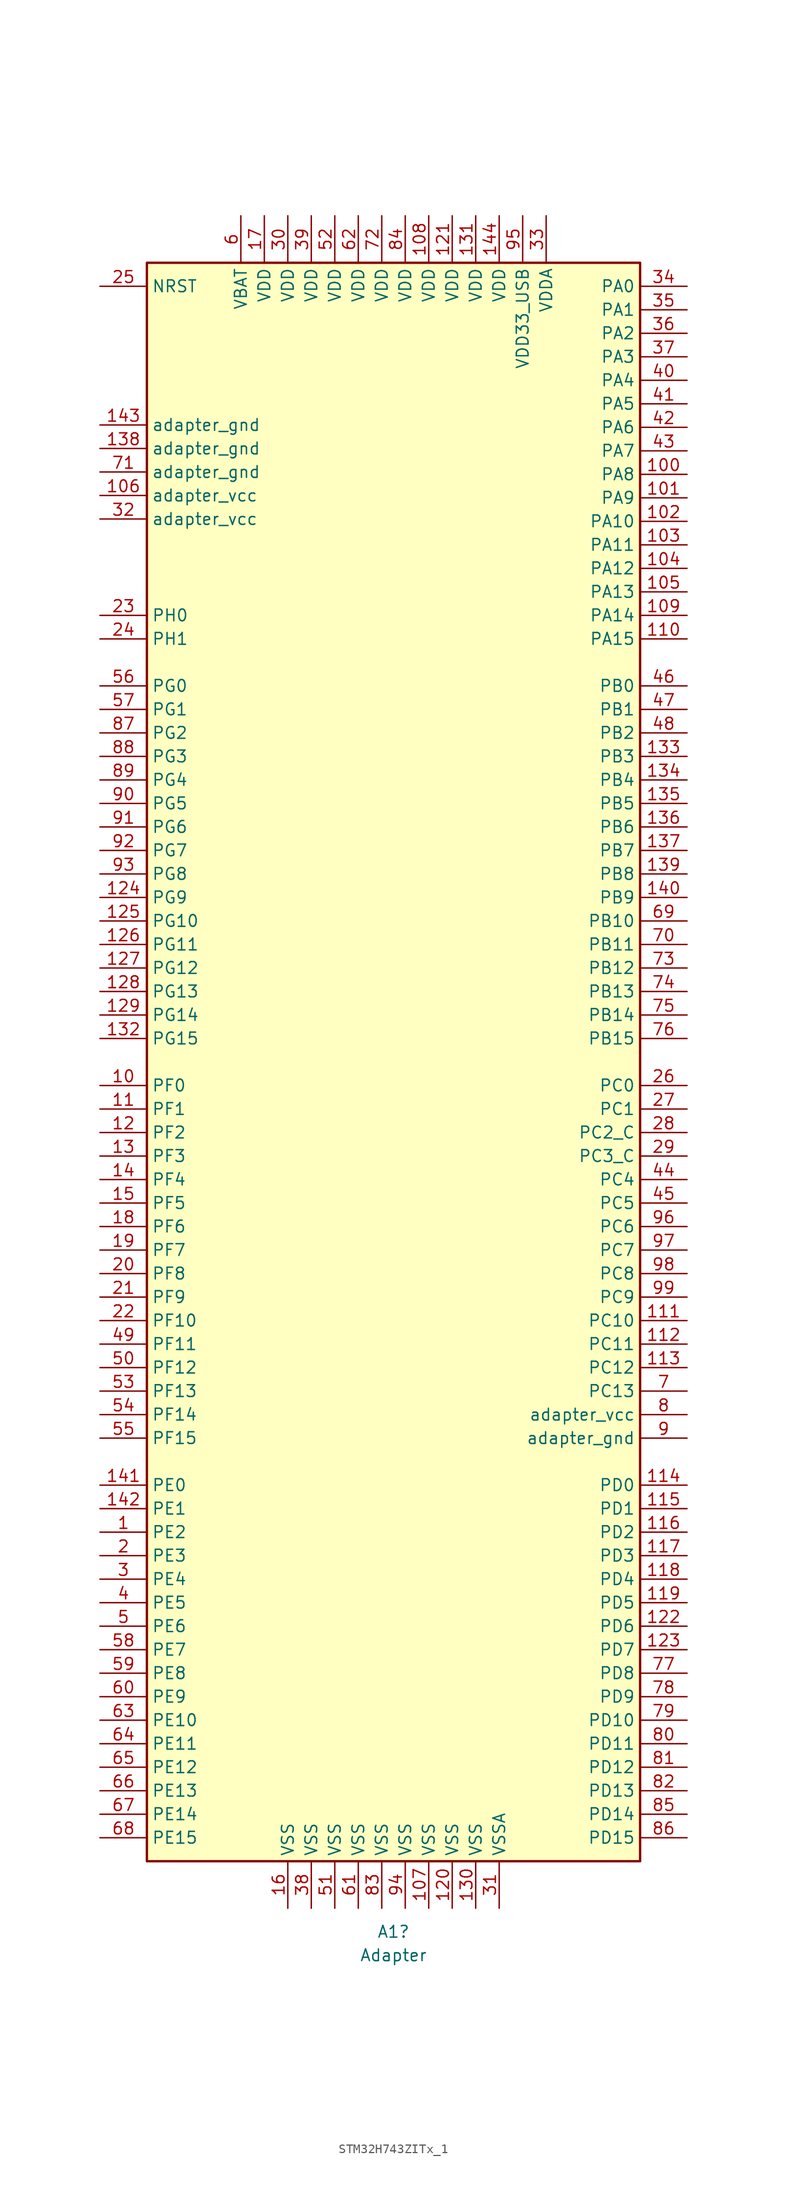
<source format=kicad_sym>
(kicad_symbol_lib
  (version 20201005)
  (generator kicad_symbol_editor)
  (symbol "MCU_ST_STM32H7:STM32H743ZITx_1"
    (property "Reference" "A1"
      (at -1.27 -93.98 0)
      (effects (font (size 1.27 1.27))))
    (property "Value" "Adapter"
      (at -1.27 -96.52 0)
      (effects (font (size 1.27 1.27))))
    (symbol "STM32H743ZITx_1_0_1"
      (rectangle (start -27.94 -86.36) (end 25.4 86.36) (stroke (width 0.254)) (fill (type background))))
    (symbol "STM32H743ZITx_1_1_1"
      (pin bidirectional line (at -33.02 -50.8 0) (length 5.08) (name "PE2" (effects (font (size 1.27 1.27)))) (number "1" (effects (font (size 1.27 1.27)))))
      (pin bidirectional line (at -33.02 -2.54 0) (length 5.08) (name "PF0" (effects (font (size 1.27 1.27)))) (number "10" (effects (font (size 1.27 1.27)))))
      (pin bidirectional line (at 30.48 63.5 180) (length 5.08) (name "PA8" (effects (font (size 1.27 1.27)))) (number "100" (effects (font (size 1.27 1.27)))))
      (pin bidirectional line (at 30.48 60.96 180) (length 5.08) (name "PA9" (effects (font (size 1.27 1.27)))) (number "101" (effects (font (size 1.27 1.27)))))
      (pin bidirectional line (at 30.48 58.42 180) (length 5.08) (name "PA10" (effects (font (size 1.27 1.27)))) (number "102" (effects (font (size 1.27 1.27)))))
      (pin bidirectional line (at 30.48 55.88 180) (length 5.08) (name "PA11" (effects (font (size 1.27 1.27)))) (number "103" (effects (font (size 1.27 1.27)))))
      (pin bidirectional line (at 30.48 53.34 180) (length 5.08) (name "PA12" (effects (font (size 1.27 1.27)))) (number "104" (effects (font (size 1.27 1.27)))))
      (pin bidirectional line (at 30.48 50.8 180) (length 5.08) (name "PA13" (effects (font (size 1.27 1.27)))) (number "105" (effects (font (size 1.27 1.27)))))
      (pin power_in line (at -33.02 61.214 0) (length 5.08) (name "adapter_vcc" (effects (font (size 1.27 1.27)))) (number "106" (effects (font (size 1.27 1.27)))))
      (pin power_in line (at 2.54 -91.44 90) (length 5.08) (name "VSS" (effects (font (size 1.27 1.27)))) (number "107" (effects (font (size 1.27 1.27)))))
      (pin power_in line (at 2.54 91.44 270) (length 5.08) (name "VDD" (effects (font (size 1.27 1.27)))) (number "108" (effects (font (size 1.27 1.27)))))
      (pin bidirectional line (at 30.48 48.26 180) (length 5.08) (name "PA14" (effects (font (size 1.27 1.27)))) (number "109" (effects (font (size 1.27 1.27)))))
      (pin bidirectional line (at -33.02 -5.08 0) (length 5.08) (name "PF1" (effects (font (size 1.27 1.27)))) (number "11" (effects (font (size 1.27 1.27)))))
      (pin bidirectional line (at 30.48 45.72 180) (length 5.08) (name "PA15" (effects (font (size 1.27 1.27)))) (number "110" (effects (font (size 1.27 1.27)))))
      (pin bidirectional line (at 30.48 -27.94 180) (length 5.08) (name "PC10" (effects (font (size 1.27 1.27)))) (number "111" (effects (font (size 1.27 1.27)))))
      (pin bidirectional line (at 30.48 -30.48 180) (length 5.08) (name "PC11" (effects (font (size 1.27 1.27)))) (number "112" (effects (font (size 1.27 1.27)))))
      (pin bidirectional line (at 30.48 -33.02 180) (length 5.08) (name "PC12" (effects (font (size 1.27 1.27)))) (number "113" (effects (font (size 1.27 1.27)))))
      (pin bidirectional line (at 30.48 -45.72 180) (length 5.08) (name "PD0" (effects (font (size 1.27 1.27)))) (number "114" (effects (font (size 1.27 1.27)))))
      (pin bidirectional line (at 30.48 -48.26 180) (length 5.08) (name "PD1" (effects (font (size 1.27 1.27)))) (number "115" (effects (font (size 1.27 1.27)))))
      (pin bidirectional line (at 30.48 -50.8 180) (length 5.08) (name "PD2" (effects (font (size 1.27 1.27)))) (number "116" (effects (font (size 1.27 1.27)))))
      (pin bidirectional line (at 30.48 -53.34 180) (length 5.08) (name "PD3" (effects (font (size 1.27 1.27)))) (number "117" (effects (font (size 1.27 1.27)))))
      (pin bidirectional line (at 30.48 -55.88 180) (length 5.08) (name "PD4" (effects (font (size 1.27 1.27)))) (number "118" (effects (font (size 1.27 1.27)))))
      (pin bidirectional line (at 30.48 -58.42 180) (length 5.08) (name "PD5" (effects (font (size 1.27 1.27)))) (number "119" (effects (font (size 1.27 1.27)))))
      (pin bidirectional line (at -33.02 -7.62 0) (length 5.08) (name "PF2" (effects (font (size 1.27 1.27)))) (number "12" (effects (font (size 1.27 1.27)))))
      (pin power_in line (at 5.08 -91.44 90) (length 5.08) (name "VSS" (effects (font (size 1.27 1.27)))) (number "120" (effects (font (size 1.27 1.27)))))
      (pin power_in line (at 5.08 91.44 270) (length 5.08) (name "VDD" (effects (font (size 1.27 1.27)))) (number "121" (effects (font (size 1.27 1.27)))))
      (pin bidirectional line (at 30.48 -60.96 180) (length 5.08) (name "PD6" (effects (font (size 1.27 1.27)))) (number "122" (effects (font (size 1.27 1.27)))))
      (pin bidirectional line (at 30.48 -63.5 180) (length 5.08) (name "PD7" (effects (font (size 1.27 1.27)))) (number "123" (effects (font (size 1.27 1.27)))))
      (pin bidirectional line (at -33.02 17.78 0) (length 5.08) (name "PG9" (effects (font (size 1.27 1.27)))) (number "124" (effects (font (size 1.27 1.27)))))
      (pin bidirectional line (at -33.02 15.24 0) (length 5.08) (name "PG10" (effects (font (size 1.27 1.27)))) (number "125" (effects (font (size 1.27 1.27)))))
      (pin bidirectional line (at -33.02 12.7 0) (length 5.08) (name "PG11" (effects (font (size 1.27 1.27)))) (number "126" (effects (font (size 1.27 1.27)))))
      (pin bidirectional line (at -33.02 10.16 0) (length 5.08) (name "PG12" (effects (font (size 1.27 1.27)))) (number "127" (effects (font (size 1.27 1.27)))))
      (pin bidirectional line (at -33.02 7.62 0) (length 5.08) (name "PG13" (effects (font (size 1.27 1.27)))) (number "128" (effects (font (size 1.27 1.27)))))
      (pin bidirectional line (at -33.02 5.08 0) (length 5.08) (name "PG14" (effects (font (size 1.27 1.27)))) (number "129" (effects (font (size 1.27 1.27)))))
      (pin bidirectional line (at -33.02 -10.16 0) (length 5.08) (name "PF3" (effects (font (size 1.27 1.27)))) (number "13" (effects (font (size 1.27 1.27)))))
      (pin power_in line (at 7.62 -91.44 90) (length 5.08) (name "VSS" (effects (font (size 1.27 1.27)))) (number "130" (effects (font (size 1.27 1.27)))))
      (pin power_in line (at 7.62 91.44 270) (length 5.08) (name "VDD" (effects (font (size 1.27 1.27)))) (number "131" (effects (font (size 1.27 1.27)))))
      (pin bidirectional line (at -33.02 2.54 0) (length 5.08) (name "PG15" (effects (font (size 1.27 1.27)))) (number "132" (effects (font (size 1.27 1.27)))))
      (pin bidirectional line (at 30.48 33.02 180) (length 5.08) (name "PB3" (effects (font (size 1.27 1.27)))) (number "133" (effects (font (size 1.27 1.27)))))
      (pin bidirectional line (at 30.48 30.48 180) (length 5.08) (name "PB4" (effects (font (size 1.27 1.27)))) (number "134" (effects (font (size 1.27 1.27)))))
      (pin bidirectional line (at 30.48 27.94 180) (length 5.08) (name "PB5" (effects (font (size 1.27 1.27)))) (number "135" (effects (font (size 1.27 1.27)))))
      (pin bidirectional line (at 30.48 25.4 180) (length 5.08) (name "PB6" (effects (font (size 1.27 1.27)))) (number "136" (effects (font (size 1.27 1.27)))))
      (pin bidirectional line (at 30.48 22.86 180) (length 5.08) (name "PB7" (effects (font (size 1.27 1.27)))) (number "137" (effects (font (size 1.27 1.27)))))
      (pin power_in line (at -33.02 66.294 0) (length 5.08) (name "adapter_gnd" (effects (font (size 1.27 1.27)))) (number "138" (effects (font (size 1.27 1.27)))))
      (pin bidirectional line (at 30.48 20.32 180) (length 5.08) (name "PB8" (effects (font (size 1.27 1.27)))) (number "139" (effects (font (size 1.27 1.27)))))
      (pin bidirectional line (at -33.02 -12.7 0) (length 5.08) (name "PF4" (effects (font (size 1.27 1.27)))) (number "14" (effects (font (size 1.27 1.27)))))
      (pin bidirectional line (at 30.48 17.78 180) (length 5.08) (name "PB9" (effects (font (size 1.27 1.27)))) (number "140" (effects (font (size 1.27 1.27)))))
      (pin bidirectional line (at -33.02 -45.72 0) (length 5.08) (name "PE0" (effects (font (size 1.27 1.27)))) (number "141" (effects (font (size 1.27 1.27)))))
      (pin bidirectional line (at -33.02 -48.26 0) (length 5.08) (name "PE1" (effects (font (size 1.27 1.27)))) (number "142" (effects (font (size 1.27 1.27)))))
      (pin power_in line (at -33.02 68.834 0) (length 5.08) (name "adapter_gnd" (effects (font (size 1.27 1.27)))) (number "143" (effects (font (size 1.27 1.27)))))
      (pin power_in line (at 10.16 91.44 270) (length 5.08) (name "VDD" (effects (font (size 1.27 1.27)))) (number "144" (effects (font (size 1.27 1.27)))))
      (pin bidirectional line (at -33.02 -15.24 0) (length 5.08) (name "PF5" (effects (font (size 1.27 1.27)))) (number "15" (effects (font (size 1.27 1.27)))))
      (pin power_in line (at -12.7 -91.44 90) (length 5.08) (name "VSS" (effects (font (size 1.27 1.27)))) (number "16" (effects (font (size 1.27 1.27)))))
      (pin power_in line (at -15.24 91.44 270) (length 5.08) (name "VDD" (effects (font (size 1.27 1.27)))) (number "17" (effects (font (size 1.27 1.27)))))
      (pin bidirectional line (at -33.02 -17.78 0) (length 5.08) (name "PF6" (effects (font (size 1.27 1.27)))) (number "18" (effects (font (size 1.27 1.27)))))
      (pin bidirectional line (at -33.02 -20.32 0) (length 5.08) (name "PF7" (effects (font (size 1.27 1.27)))) (number "19" (effects (font (size 1.27 1.27)))))
      (pin bidirectional line (at -33.02 -53.34 0) (length 5.08) (name "PE3" (effects (font (size 1.27 1.27)))) (number "2" (effects (font (size 1.27 1.27)))))
      (pin bidirectional line (at -33.02 -22.86 0) (length 5.08) (name "PF8" (effects (font (size 1.27 1.27)))) (number "20" (effects (font (size 1.27 1.27)))))
      (pin bidirectional line (at -33.02 -25.4 0) (length 5.08) (name "PF9" (effects (font (size 1.27 1.27)))) (number "21" (effects (font (size 1.27 1.27)))))
      (pin bidirectional line (at -33.02 -27.94 0) (length 5.08) (name "PF10" (effects (font (size 1.27 1.27)))) (number "22" (effects (font (size 1.27 1.27)))))
      (pin input line (at -33.02 48.26 0) (length 5.08) (name "PH0" (effects (font (size 1.27 1.27)))) (number "23" (effects (font (size 1.27 1.27)))))
      (pin input line (at -33.02 45.72 0) (length 5.08) (name "PH1" (effects (font (size 1.27 1.27)))) (number "24" (effects (font (size 1.27 1.27)))))
      (pin input line (at -33.02 83.82 0) (length 5.08) (name "NRST" (effects (font (size 1.27 1.27)))) (number "25" (effects (font (size 1.27 1.27)))))
      (pin bidirectional line (at 30.48 -2.54 180) (length 5.08) (name "PC0" (effects (font (size 1.27 1.27)))) (number "26" (effects (font (size 1.27 1.27)))))
      (pin bidirectional line (at 30.48 -5.08 180) (length 5.08) (name "PC1" (effects (font (size 1.27 1.27)))) (number "27" (effects (font (size 1.27 1.27)))))
      (pin bidirectional line (at 30.48 -7.62 180) (length 5.08) (name "PC2_C" (effects (font (size 1.27 1.27)))) (number "28" (effects (font (size 1.27 1.27)))))
      (pin bidirectional line (at 30.48 -10.16 180) (length 5.08) (name "PC3_C" (effects (font (size 1.27 1.27)))) (number "29" (effects (font (size 1.27 1.27)))))
      (pin bidirectional line (at -33.02 -55.88 0) (length 5.08) (name "PE4" (effects (font (size 1.27 1.27)))) (number "3" (effects (font (size 1.27 1.27)))))
      (pin power_in line (at -12.7 91.44 270) (length 5.08) (name "VDD" (effects (font (size 1.27 1.27)))) (number "30" (effects (font (size 1.27 1.27)))))
      (pin power_in line (at 10.16 -91.44 90) (length 5.08) (name "VSSA" (effects (font (size 1.27 1.27)))) (number "31" (effects (font (size 1.27 1.27)))))
      (pin power_in line (at -33.02 58.674 0) (length 5.08) (name "adapter_vcc" (effects (font (size 1.27 1.27)))) (number "32" (effects (font (size 1.27 1.27)))))
      (pin power_in line (at 15.24 91.44 270) (length 5.08) (name "VDDA" (effects (font (size 1.27 1.27)))) (number "33" (effects (font (size 1.27 1.27)))))
      (pin bidirectional line (at 30.48 83.82 180) (length 5.08) (name "PA0" (effects (font (size 1.27 1.27)))) (number "34" (effects (font (size 1.27 1.27)))))
      (pin bidirectional line (at 30.48 81.28 180) (length 5.08) (name "PA1" (effects (font (size 1.27 1.27)))) (number "35" (effects (font (size 1.27 1.27)))))
      (pin bidirectional line (at 30.48 78.74 180) (length 5.08) (name "PA2" (effects (font (size 1.27 1.27)))) (number "36" (effects (font (size 1.27 1.27)))))
      (pin bidirectional line (at 30.48 76.2 180) (length 5.08) (name "PA3" (effects (font (size 1.27 1.27)))) (number "37" (effects (font (size 1.27 1.27)))))
      (pin power_in line (at -10.16 -91.44 90) (length 5.08) (name "VSS" (effects (font (size 1.27 1.27)))) (number "38" (effects (font (size 1.27 1.27)))))
      (pin power_in line (at -10.16 91.44 270) (length 5.08) (name "VDD" (effects (font (size 1.27 1.27)))) (number "39" (effects (font (size 1.27 1.27)))))
      (pin bidirectional line (at -33.02 -58.42 0) (length 5.08) (name "PE5" (effects (font (size 1.27 1.27)))) (number "4" (effects (font (size 1.27 1.27)))))
      (pin bidirectional line (at 30.48 73.66 180) (length 5.08) (name "PA4" (effects (font (size 1.27 1.27)))) (number "40" (effects (font (size 1.27 1.27)))))
      (pin bidirectional line (at 30.48 71.12 180) (length 5.08) (name "PA5" (effects (font (size 1.27 1.27)))) (number "41" (effects (font (size 1.27 1.27)))))
      (pin bidirectional line (at 30.48 68.58 180) (length 5.08) (name "PA6" (effects (font (size 1.27 1.27)))) (number "42" (effects (font (size 1.27 1.27)))))
      (pin bidirectional line (at 30.48 66.04 180) (length 5.08) (name "PA7" (effects (font (size 1.27 1.27)))) (number "43" (effects (font (size 1.27 1.27)))))
      (pin bidirectional line (at 30.48 -12.7 180) (length 5.08) (name "PC4" (effects (font (size 1.27 1.27)))) (number "44" (effects (font (size 1.27 1.27)))))
      (pin bidirectional line (at 30.48 -15.24 180) (length 5.08) (name "PC5" (effects (font (size 1.27 1.27)))) (number "45" (effects (font (size 1.27 1.27)))))
      (pin bidirectional line (at 30.48 40.64 180) (length 5.08) (name "PB0" (effects (font (size 1.27 1.27)))) (number "46" (effects (font (size 1.27 1.27)))))
      (pin bidirectional line (at 30.48 38.1 180) (length 5.08) (name "PB1" (effects (font (size 1.27 1.27)))) (number "47" (effects (font (size 1.27 1.27)))))
      (pin bidirectional line (at 30.48 35.56 180) (length 5.08) (name "PB2" (effects (font (size 1.27 1.27)))) (number "48" (effects (font (size 1.27 1.27)))))
      (pin bidirectional line (at -33.02 -30.48 0) (length 5.08) (name "PF11" (effects (font (size 1.27 1.27)))) (number "49" (effects (font (size 1.27 1.27)))))
      (pin bidirectional line (at -33.02 -60.96 0) (length 5.08) (name "PE6" (effects (font (size 1.27 1.27)))) (number "5" (effects (font (size 1.27 1.27)))))
      (pin bidirectional line (at -33.02 -33.02 0) (length 5.08) (name "PF12" (effects (font (size 1.27 1.27)))) (number "50" (effects (font (size 1.27 1.27)))))
      (pin power_in line (at -7.62 -91.44 90) (length 5.08) (name "VSS" (effects (font (size 1.27 1.27)))) (number "51" (effects (font (size 1.27 1.27)))))
      (pin power_in line (at -7.62 91.44 270) (length 5.08) (name "VDD" (effects (font (size 1.27 1.27)))) (number "52" (effects (font (size 1.27 1.27)))))
      (pin bidirectional line (at -33.02 -35.56 0) (length 5.08) (name "PF13" (effects (font (size 1.27 1.27)))) (number "53" (effects (font (size 1.27 1.27)))))
      (pin bidirectional line (at -33.02 -38.1 0) (length 5.08) (name "PF14" (effects (font (size 1.27 1.27)))) (number "54" (effects (font (size 1.27 1.27)))))
      (pin bidirectional line (at -33.02 -40.64 0) (length 5.08) (name "PF15" (effects (font (size 1.27 1.27)))) (number "55" (effects (font (size 1.27 1.27)))))
      (pin bidirectional line (at -33.02 40.64 0) (length 5.08) (name "PG0" (effects (font (size 1.27 1.27)))) (number "56" (effects (font (size 1.27 1.27)))))
      (pin bidirectional line (at -33.02 38.1 0) (length 5.08) (name "PG1" (effects (font (size 1.27 1.27)))) (number "57" (effects (font (size 1.27 1.27)))))
      (pin bidirectional line (at -33.02 -63.5 0) (length 5.08) (name "PE7" (effects (font (size 1.27 1.27)))) (number "58" (effects (font (size 1.27 1.27)))))
      (pin bidirectional line (at -33.02 -66.04 0) (length 5.08) (name "PE8" (effects (font (size 1.27 1.27)))) (number "59" (effects (font (size 1.27 1.27)))))
      (pin power_in line (at -17.78 91.44 270) (length 5.08) (name "VBAT" (effects (font (size 1.27 1.27)))) (number "6" (effects (font (size 1.27 1.27)))))
      (pin bidirectional line (at -33.02 -68.58 0) (length 5.08) (name "PE9" (effects (font (size 1.27 1.27)))) (number "60" (effects (font (size 1.27 1.27)))))
      (pin power_in line (at -5.08 -91.44 90) (length 5.08) (name "VSS" (effects (font (size 1.27 1.27)))) (number "61" (effects (font (size 1.27 1.27)))))
      (pin power_in line (at -5.08 91.44 270) (length 5.08) (name "VDD" (effects (font (size 1.27 1.27)))) (number "62" (effects (font (size 1.27 1.27)))))
      (pin bidirectional line (at -33.02 -71.12 0) (length 5.08) (name "PE10" (effects (font (size 1.27 1.27)))) (number "63" (effects (font (size 1.27 1.27)))))
      (pin bidirectional line (at -33.02 -73.66 0) (length 5.08) (name "PE11" (effects (font (size 1.27 1.27)))) (number "64" (effects (font (size 1.27 1.27)))))
      (pin bidirectional line (at -33.02 -76.2 0) (length 5.08) (name "PE12" (effects (font (size 1.27 1.27)))) (number "65" (effects (font (size 1.27 1.27)))))
      (pin bidirectional line (at -33.02 -78.74 0) (length 5.08) (name "PE13" (effects (font (size 1.27 1.27)))) (number "66" (effects (font (size 1.27 1.27)))))
      (pin bidirectional line (at -33.02 -81.28 0) (length 5.08) (name "PE14" (effects (font (size 1.27 1.27)))) (number "67" (effects (font (size 1.27 1.27)))))
      (pin bidirectional line (at -33.02 -83.82 0) (length 5.08) (name "PE15" (effects (font (size 1.27 1.27)))) (number "68" (effects (font (size 1.27 1.27)))))
      (pin bidirectional line (at 30.48 15.24 180) (length 5.08) (name "PB10" (effects (font (size 1.27 1.27)))) (number "69" (effects (font (size 1.27 1.27)))))
      (pin bidirectional line (at 30.48 -35.56 180) (length 5.08) (name "PC13" (effects (font (size 1.27 1.27)))) (number "7" (effects (font (size 1.27 1.27)))))
      (pin bidirectional line (at 30.48 12.7 180) (length 5.08) (name "PB11" (effects (font (size 1.27 1.27)))) (number "70" (effects (font (size 1.27 1.27)))))
      (pin power_in line (at -33.02 63.754 0) (length 5.08) (name "adapter_gnd" (effects (font (size 1.27 1.27)))) (number "71" (effects (font (size 1.27 1.27)))))
      (pin power_in line (at -2.54 91.44 270) (length 5.08) (name "VDD" (effects (font (size 1.27 1.27)))) (number "72" (effects (font (size 1.27 1.27)))))
      (pin bidirectional line (at 30.48 10.16 180) (length 5.08) (name "PB12" (effects (font (size 1.27 1.27)))) (number "73" (effects (font (size 1.27 1.27)))))
      (pin bidirectional line (at 30.48 7.62 180) (length 5.08) (name "PB13" (effects (font (size 1.27 1.27)))) (number "74" (effects (font (size 1.27 1.27)))))
      (pin bidirectional line (at 30.48 5.08 180) (length 5.08) (name "PB14" (effects (font (size 1.27 1.27)))) (number "75" (effects (font (size 1.27 1.27)))))
      (pin bidirectional line (at 30.48 2.54 180) (length 5.08) (name "PB15" (effects (font (size 1.27 1.27)))) (number "76" (effects (font (size 1.27 1.27)))))
      (pin bidirectional line (at 30.48 -66.04 180) (length 5.08) (name "PD8" (effects (font (size 1.27 1.27)))) (number "77" (effects (font (size 1.27 1.27)))))
      (pin bidirectional line (at 30.48 -68.58 180) (length 5.08) (name "PD9" (effects (font (size 1.27 1.27)))) (number "78" (effects (font (size 1.27 1.27)))))
      (pin bidirectional line (at 30.48 -71.12 180) (length 5.08) (name "PD10" (effects (font (size 1.27 1.27)))) (number "79" (effects (font (size 1.27 1.27)))))
      (pin power_in line (at 30.48 -38.1 180) (length 5.08) (name "adapter_vcc" (effects (font (size 1.27 1.27)))) (number "8" (effects (font (size 1.27 1.27)))))
      (pin bidirectional line (at 30.48 -73.66 180) (length 5.08) (name "PD11" (effects (font (size 1.27 1.27)))) (number "80" (effects (font (size 1.27 1.27)))))
      (pin bidirectional line (at 30.48 -76.2 180) (length 5.08) (name "PD12" (effects (font (size 1.27 1.27)))) (number "81" (effects (font (size 1.27 1.27)))))
      (pin bidirectional line (at 30.48 -78.74 180) (length 5.08) (name "PD13" (effects (font (size 1.27 1.27)))) (number "82" (effects (font (size 1.27 1.27)))))
      (pin power_in line (at -2.54 -91.44 90) (length 5.08) (name "VSS" (effects (font (size 1.27 1.27)))) (number "83" (effects (font (size 1.27 1.27)))))
      (pin power_in line (at 0 91.44 270) (length 5.08) (name "VDD" (effects (font (size 1.27 1.27)))) (number "84" (effects (font (size 1.27 1.27)))))
      (pin bidirectional line (at 30.48 -81.28 180) (length 5.08) (name "PD14" (effects (font (size 1.27 1.27)))) (number "85" (effects (font (size 1.27 1.27)))))
      (pin bidirectional line (at 30.48 -83.82 180) (length 5.08) (name "PD15" (effects (font (size 1.27 1.27)))) (number "86" (effects (font (size 1.27 1.27)))))
      (pin bidirectional line (at -33.02 35.56 0) (length 5.08) (name "PG2" (effects (font (size 1.27 1.27)))) (number "87" (effects (font (size 1.27 1.27)))))
      (pin bidirectional line (at -33.02 33.02 0) (length 5.08) (name "PG3" (effects (font (size 1.27 1.27)))) (number "88" (effects (font (size 1.27 1.27)))))
      (pin bidirectional line (at -33.02 30.48 0) (length 5.08) (name "PG4" (effects (font (size 1.27 1.27)))) (number "89" (effects (font (size 1.27 1.27)))))
      (pin power_in line (at 30.48 -40.64 180) (length 5.08) (name "adapter_gnd" (effects (font (size 1.27 1.27)))) (number "9" (effects (font (size 1.27 1.27)))))
      (pin bidirectional line (at -33.02 27.94 0) (length 5.08) (name "PG5" (effects (font (size 1.27 1.27)))) (number "90" (effects (font (size 1.27 1.27)))))
      (pin bidirectional line (at -33.02 25.4 0) (length 5.08) (name "PG6" (effects (font (size 1.27 1.27)))) (number "91" (effects (font (size 1.27 1.27)))))
      (pin bidirectional line (at -33.02 22.86 0) (length 5.08) (name "PG7" (effects (font (size 1.27 1.27)))) (number "92" (effects (font (size 1.27 1.27)))))
      (pin bidirectional line (at -33.02 20.32 0) (length 5.08) (name "PG8" (effects (font (size 1.27 1.27)))) (number "93" (effects (font (size 1.27 1.27)))))
      (pin power_in line (at 0 -91.44 90) (length 5.08) (name "VSS" (effects (font (size 1.27 1.27)))) (number "94" (effects (font (size 1.27 1.27)))))
      (pin power_in line (at 12.7 91.44 270) (length 5.08) (name "VDD33_USB" (effects (font (size 1.27 1.27)))) (number "95" (effects (font (size 1.27 1.27)))))
      (pin bidirectional line (at 30.48 -17.78 180) (length 5.08) (name "PC6" (effects (font (size 1.27 1.27)))) (number "96" (effects (font (size 1.27 1.27)))))
      (pin bidirectional line (at 30.48 -20.32 180) (length 5.08) (name "PC7" (effects (font (size 1.27 1.27)))) (number "97" (effects (font (size 1.27 1.27)))))
      (pin bidirectional line (at 30.48 -22.86 180) (length 5.08) (name "PC8" (effects (font (size 1.27 1.27)))) (number "98" (effects (font (size 1.27 1.27)))))
      (pin bidirectional line (at 30.48 -25.4 180) (length 5.08) (name "PC9" (effects (font (size 1.27 1.27)))) (number "99" (effects (font (size 1.27 1.27))))))))
</source>
